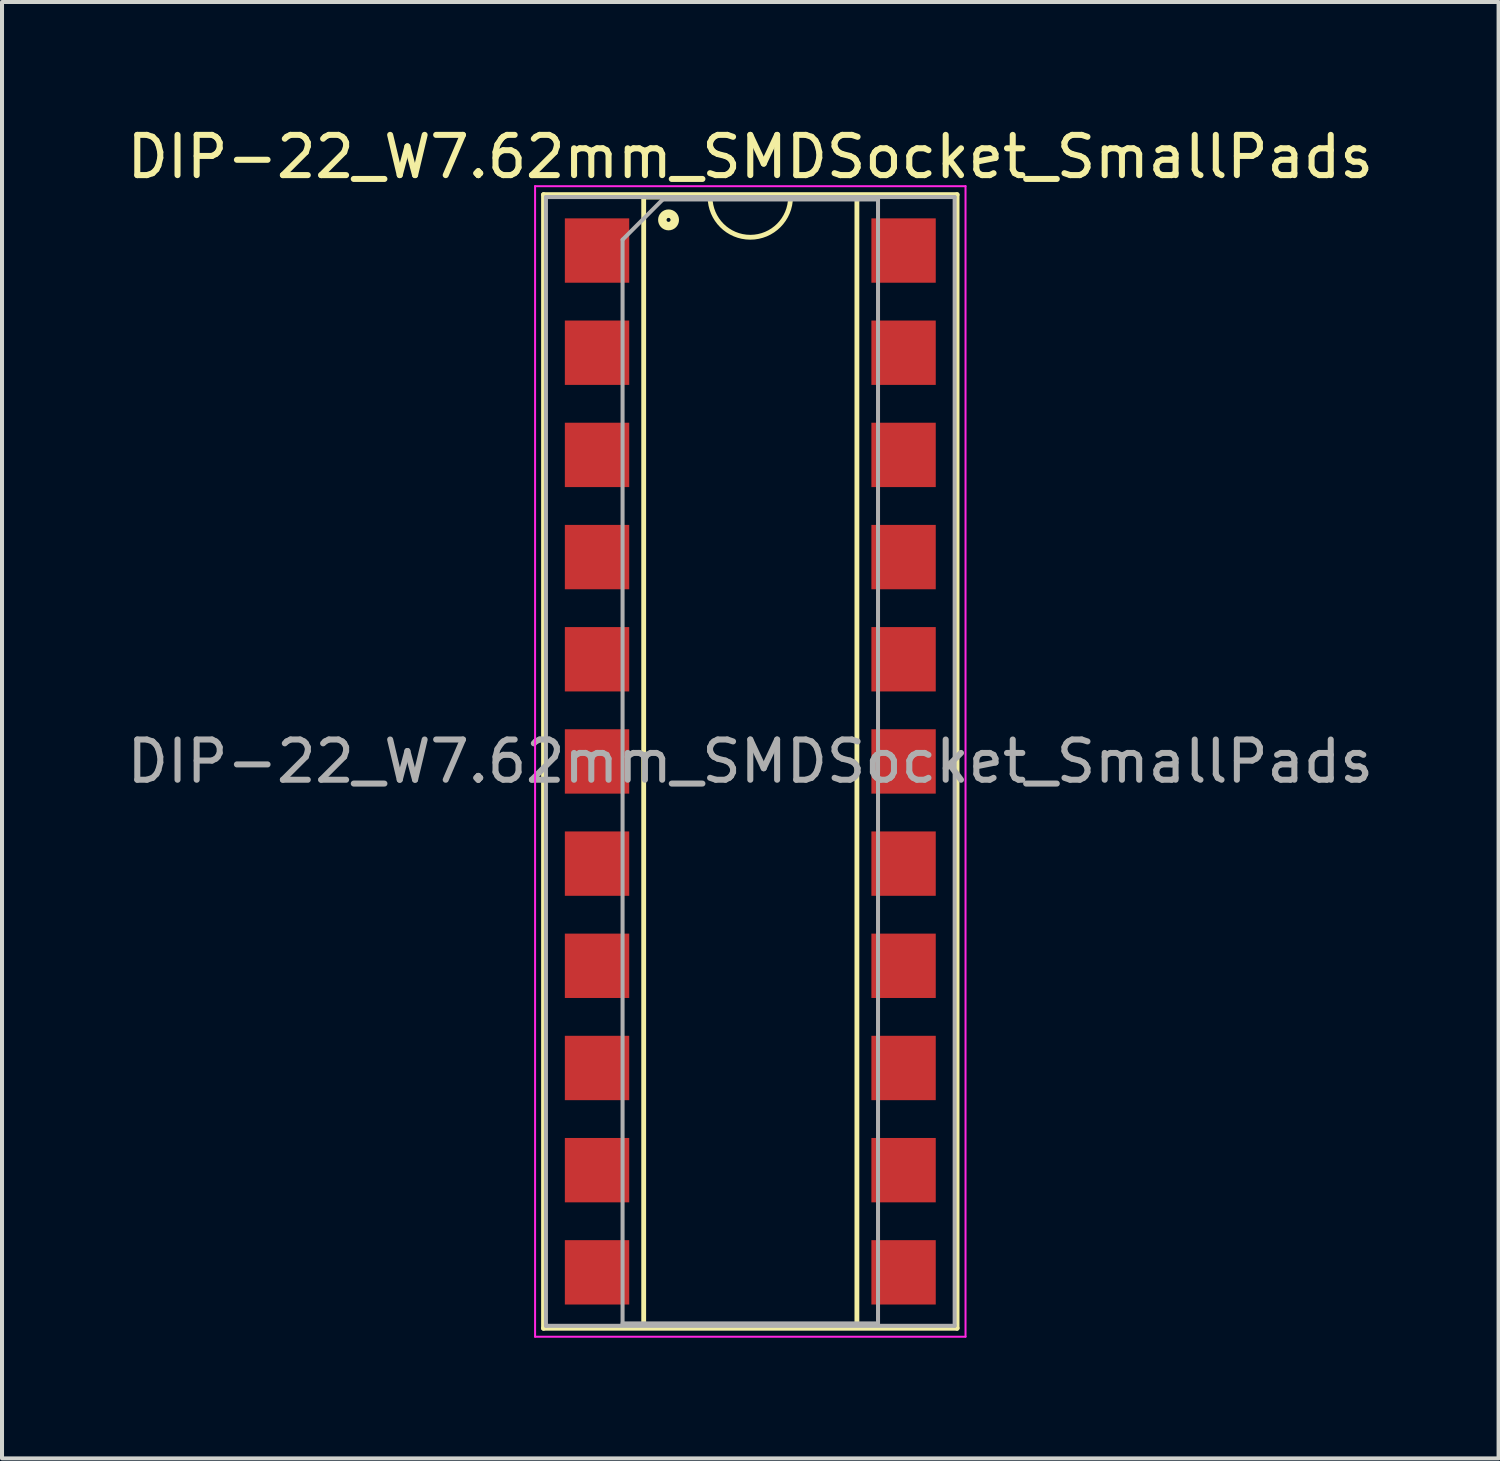
<source format=kicad_pcb>
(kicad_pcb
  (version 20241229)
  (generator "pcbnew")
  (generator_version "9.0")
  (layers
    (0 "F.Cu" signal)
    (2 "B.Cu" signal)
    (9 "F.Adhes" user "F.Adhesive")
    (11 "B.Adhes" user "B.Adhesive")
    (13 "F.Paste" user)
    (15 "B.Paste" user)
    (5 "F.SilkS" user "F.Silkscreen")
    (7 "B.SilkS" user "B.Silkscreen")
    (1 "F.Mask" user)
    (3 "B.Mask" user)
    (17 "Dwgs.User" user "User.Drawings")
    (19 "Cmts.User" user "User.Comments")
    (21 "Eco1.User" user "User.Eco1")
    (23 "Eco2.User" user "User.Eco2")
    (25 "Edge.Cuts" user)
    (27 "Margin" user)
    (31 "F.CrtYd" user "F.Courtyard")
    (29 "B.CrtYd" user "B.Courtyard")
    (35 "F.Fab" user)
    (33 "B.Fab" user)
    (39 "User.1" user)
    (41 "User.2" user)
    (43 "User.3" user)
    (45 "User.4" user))
  (footprint "DIP-22_W7.62mm_SMDSocket_SmallPads"
    (layer "F.Cu")
    (at 15.601 15.878)
    (property "Reference" "DIP-22_W7.62mm_SMDSocket_SmallPads" (at 0 -15.03 0) (layer "F.SilkS") (effects (font (size 1 1) (thickness 0.15))))
    (attr smd)
    (fp_line (start -5.14 -14.09) (end -5.14 14.09) (stroke (width 0.12) (type solid)) (layer "F.SilkS"))
    (fp_line (start -5.14 14.09) (end 5.14 14.09) (stroke (width 0.12) (type solid)) (layer "F.SilkS"))
    (fp_line (start -2.65 -14.03) (end -2.65 14.03) (stroke (width 0.12) (type solid)) (layer "F.SilkS"))
    (fp_line (start -2.65 14.03) (end 2.65 14.03) (stroke (width 0.12) (type solid)) (layer "F.SilkS"))
    (fp_line (start -1 -14.03) (end -2.65 -14.03) (stroke (width 0.12) (type solid)) (layer "F.SilkS"))
    (fp_line (start 2.65 -14.03) (end 1 -14.03) (stroke (width 0.12) (type solid)) (layer "F.SilkS"))
    (fp_line (start 2.65 14.03) (end 2.65 -14.03) (stroke (width 0.12) (type solid)) (layer "F.SilkS"))
    (fp_line (start 5.14 -14.09) (end -5.14 -14.09) (stroke (width 0.12) (type solid)) (layer "F.SilkS"))
    (fp_line (start 5.14 14.09) (end 5.14 -14.09) (stroke (width 0.12) (type solid)) (layer "F.SilkS"))
    (fp_arc (start 1 -14.03) (mid 0 -13.03) (end -1 -14.03) (stroke (width 0.12) (type solid)) (layer "F.SilkS"))
    (fp_circle (center -2.032 -13.462) (end -1.982 -13.462) (stroke (width 0.12) (type solid)) (fill no) (layer "F.SilkS"))
    (fp_circle (center -2.032 -13.462) (end -1.907 -13.462) (stroke (width 0.12) (type solid)) (fill no) (layer "F.SilkS"))
    (fp_circle (center -2.032 -13.462) (end -1.832 -13.462) (stroke (width 0.12) (type solid)) (fill no) (layer "F.SilkS"))
    (fp_line (start -5.35 -14.3) (end -5.35 14.3) (stroke (width 0.05) (type solid)) (layer "F.CrtYd"))
    (fp_line (start -5.35 14.3) (end 5.35 14.3) (stroke (width 0.05) (type solid)) (layer "F.CrtYd"))
    (fp_line (start 5.35 -14.3) (end -5.35 -14.3) (stroke (width 0.05) (type solid)) (layer "F.CrtYd"))
    (fp_line (start 5.35 14.3) (end 5.35 -14.3) (stroke (width 0.05) (type solid)) (layer "F.CrtYd"))
    (fp_line (start -5.08 -14.03) (end -5.08 14.03) (stroke (width 0.1) (type solid)) (layer "F.Fab"))
    (fp_line (start -5.08 14.03) (end 5.08 14.03) (stroke (width 0.1) (type solid)) (layer "F.Fab"))
    (fp_line (start -3.175 -12.97) (end -2.175 -13.97) (stroke (width 0.1) (type solid)) (layer "F.Fab"))
    (fp_line (start -3.175 13.97) (end -3.175 -12.97) (stroke (width 0.1) (type solid)) (layer "F.Fab"))
    (fp_line (start -2.175 -13.97) (end 3.175 -13.97) (stroke (width 0.1) (type solid)) (layer "F.Fab"))
    (fp_line (start 3.175 -13.97) (end 3.175 13.97) (stroke (width 0.1) (type solid)) (layer "F.Fab"))
    (fp_line (start 3.175 13.97) (end -3.175 13.97) (stroke (width 0.1) (type solid)) (layer "F.Fab"))
    (fp_line (start 5.08 -14.03) (end -5.08 -14.03) (stroke (width 0.1) (type solid)) (layer "F.Fab"))
    (fp_line (start 5.08 14.03) (end 5.08 -14.03) (stroke (width 0.1) (type solid)) (layer "F.Fab"))
    (fp_text user "${REFERENCE}" (at 0 0 0) (layer "F.Fab") (effects (font (size 1 1) (thickness 0.15))))
    (pad "1" smd rect (at -3.81 -12.7) (size 1.6 1.6) (layers "F.Cu" "F.Mask" "F.Paste"))
    (pad "2" smd rect (at -3.81 -10.16) (size 1.6 1.6) (layers "F.Cu" "F.Mask" "F.Paste"))
    (pad "3" smd rect (at -3.81 -7.62) (size 1.6 1.6) (layers "F.Cu" "F.Mask" "F.Paste"))
    (pad "4" smd rect (at -3.81 -5.08) (size 1.6 1.6) (layers "F.Cu" "F.Mask" "F.Paste"))
    (pad "5" smd rect (at -3.81 -2.54) (size 1.6 1.6) (layers "F.Cu" "F.Mask" "F.Paste"))
    (pad "6" smd rect (at -3.81 0) (size 1.6 1.6) (layers "F.Cu" "F.Mask" "F.Paste"))
    (pad "7" smd rect (at -3.81 2.54) (size 1.6 1.6) (layers "F.Cu" "F.Mask" "F.Paste"))
    (pad "8" smd rect (at -3.81 5.08) (size 1.6 1.6) (layers "F.Cu" "F.Mask" "F.Paste"))
    (pad "9" smd rect (at -3.81 7.62) (size 1.6 1.6) (layers "F.Cu" "F.Mask" "F.Paste"))
    (pad "10" smd rect (at -3.81 10.16) (size 1.6 1.6) (layers "F.Cu" "F.Mask" "F.Paste"))
    (pad "11" smd rect (at -3.81 12.7) (size 1.6 1.6) (layers "F.Cu" "F.Mask" "F.Paste"))
    (pad "12" smd rect (at 3.81 12.7) (size 1.6 1.6) (layers "F.Cu" "F.Mask" "F.Paste"))
    (pad "13" smd rect (at 3.81 10.16) (size 1.6 1.6) (layers "F.Cu" "F.Mask" "F.Paste"))
    (pad "14" smd rect (at 3.81 7.62) (size 1.6 1.6) (layers "F.Cu" "F.Mask" "F.Paste"))
    (pad "15" smd rect (at 3.81 5.08) (size 1.6 1.6) (layers "F.Cu" "F.Mask" "F.Paste"))
    (pad "16" smd rect (at 3.81 2.54) (size 1.6 1.6) (layers "F.Cu" "F.Mask" "F.Paste"))
    (pad "17" smd rect (at 3.81 0) (size 1.6 1.6) (layers "F.Cu" "F.Mask" "F.Paste"))
    (pad "18" smd rect (at 3.81 -2.54) (size 1.6 1.6) (layers "F.Cu" "F.Mask" "F.Paste"))
    (pad "19" smd rect (at 3.81 -5.08) (size 1.6 1.6) (layers "F.Cu" "F.Mask" "F.Paste"))
    (pad "20" smd rect (at 3.81 -7.62) (size 1.6 1.6) (layers "F.Cu" "F.Mask" "F.Paste"))
    (pad "21" smd rect (at 3.81 -10.16) (size 1.6 1.6) (layers "F.Cu" "F.Mask" "F.Paste"))
    (pad "22" smd rect (at 3.81 -12.7) (size 1.6 1.6) (layers "F.Cu" "F.Mask" "F.Paste")))
  (gr_rect
    (start -3 -3)
    (end 34.202 33.203)
    (stroke (width 0.1) (type default))
    (fill no)
    (layer "Edge.Cuts")))
</source>
